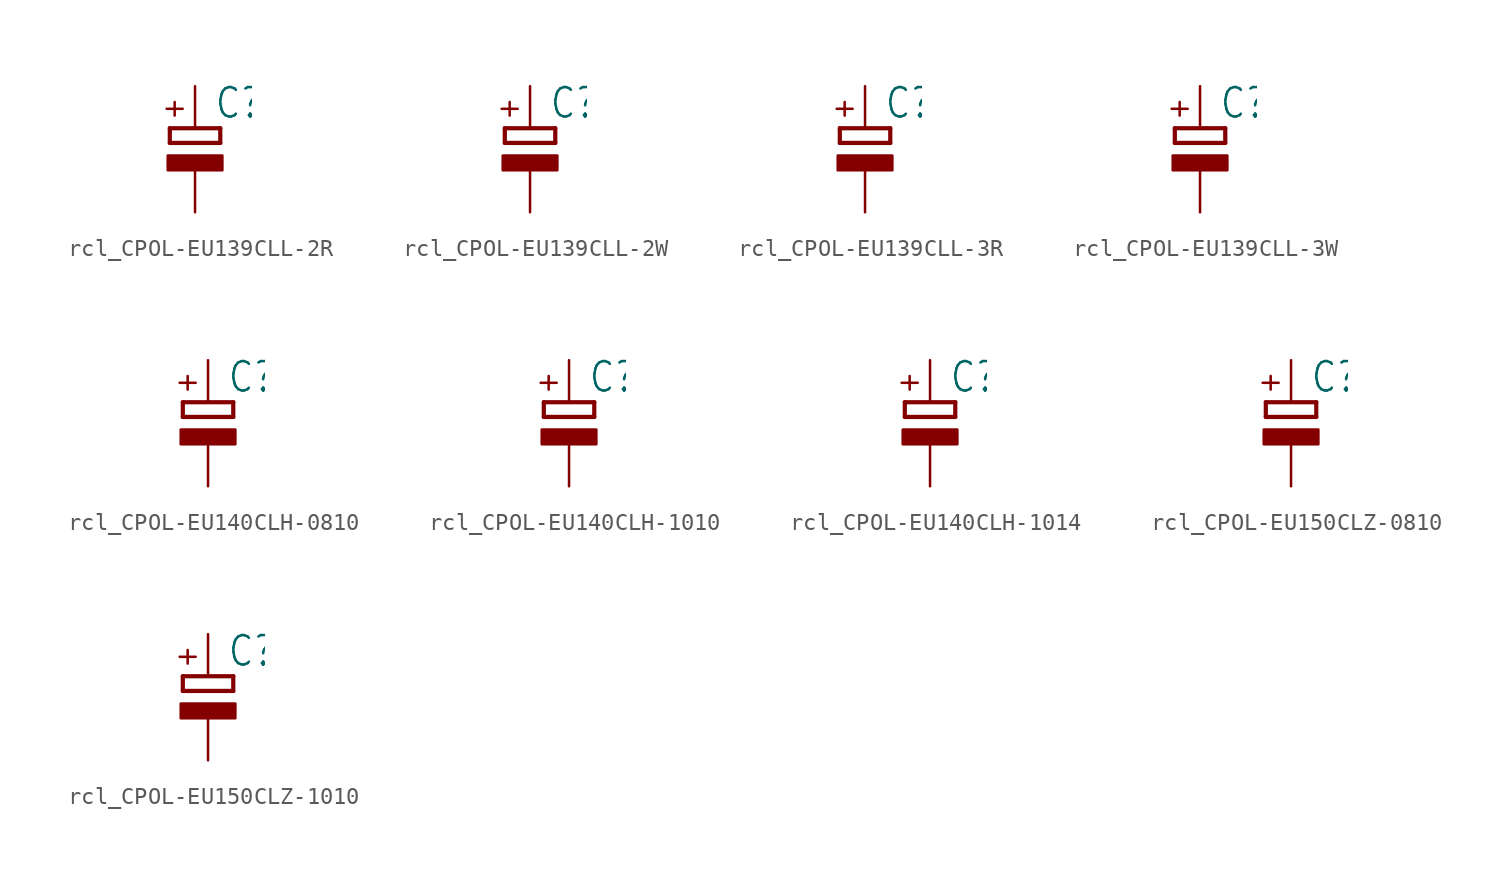
<source format=kicad_sym>
(kicad_symbol_lib
  (version 20241209)
  (generator "kicad_symbol_editor")
  (generator_version "9.0")
  (symbol "rcl_CPOL-EU139CLL-2R"
    (property "Reference" "C"
      (at 1.143 0.483 0)
      (effects (font (size 1.778 1.511)) (justify left bottom)))
    (property "Value" ""
      (at 1.143 -4.597 0)
      (effects (font (size 1.778 1.511)) (justify left bottom)))
    (property "ki_locked" ""
      (at 0 0 0)
      (effects (font (size 1.27 1.27))))
    (symbol "rcl_CPOL-EU139CLL-2R_1_0"
      (rectangle (start -1.651 -2.54) (end 1.651 -1.651) (stroke (width 0) (type default)) (fill (type outline)))
      (polyline (pts (xy -1.524 0) (xy -1.524 -0.889)) (stroke (width 0.254) (type solid)) (fill (type none)))
      (polyline (pts (xy -1.524 0) (xy 1.524 0)) (stroke (width 0.254) (type solid)) (fill (type none)))
      (polyline (pts (xy -1.524 -0.889) (xy 1.524 -0.889)) (stroke (width 0.254) (type solid)) (fill (type none)))
      (polyline (pts (xy 1.524 -0.889) (xy 1.524 0)) (stroke (width 0.254) (type solid)) (fill (type none)))
      (text "+" (at -0.584 0.406 900) (effects (font (size 1.27 1.079)) (justify left bottom)))
      (pin passive line (at 0 2.54 270) (length 2.54) (name "+" (effects (font (size 0 0)))) (number "+" (effects (font (size 0 0)))))
      (pin passive line (at 0 -5.08 90) (length 2.54) (name "-" (effects (font (size 0 0)))) (number "-" (effects (font (size 0 0)))))))
  (symbol "rcl_CPOL-EU139CLL-2W"
    (property "Reference" "C"
      (at 1.143 0.483 0)
      (effects (font (size 1.778 1.511)) (justify left bottom)))
    (property "Value" ""
      (at 1.143 -4.597 0)
      (effects (font (size 1.778 1.511)) (justify left bottom)))
    (property "ki_locked" ""
      (at 0 0 0)
      (effects (font (size 1.27 1.27))))
    (symbol "rcl_CPOL-EU139CLL-2W_1_0"
      (rectangle (start -1.651 -2.54) (end 1.651 -1.651) (stroke (width 0) (type default)) (fill (type outline)))
      (polyline (pts (xy -1.524 0) (xy -1.524 -0.889)) (stroke (width 0.254) (type solid)) (fill (type none)))
      (polyline (pts (xy -1.524 0) (xy 1.524 0)) (stroke (width 0.254) (type solid)) (fill (type none)))
      (polyline (pts (xy -1.524 -0.889) (xy 1.524 -0.889)) (stroke (width 0.254) (type solid)) (fill (type none)))
      (polyline (pts (xy 1.524 -0.889) (xy 1.524 0)) (stroke (width 0.254) (type solid)) (fill (type none)))
      (text "+" (at -0.584 0.406 900) (effects (font (size 1.27 1.079)) (justify left bottom)))
      (pin passive line (at 0 2.54 270) (length 2.54) (name "+" (effects (font (size 0 0)))) (number "+" (effects (font (size 0 0)))))
      (pin passive line (at 0 -5.08 90) (length 2.54) (name "-" (effects (font (size 0 0)))) (number "-" (effects (font (size 0 0)))))))
  (symbol "rcl_CPOL-EU139CLL-3R"
    (property "Reference" "C"
      (at 1.143 0.483 0)
      (effects (font (size 1.778 1.511)) (justify left bottom)))
    (property "Value" ""
      (at 1.143 -4.597 0)
      (effects (font (size 1.778 1.511)) (justify left bottom)))
    (property "ki_locked" ""
      (at 0 0 0)
      (effects (font (size 1.27 1.27))))
    (symbol "rcl_CPOL-EU139CLL-3R_1_0"
      (rectangle (start -1.651 -2.54) (end 1.651 -1.651) (stroke (width 0) (type default)) (fill (type outline)))
      (polyline (pts (xy -1.524 0) (xy -1.524 -0.889)) (stroke (width 0.254) (type solid)) (fill (type none)))
      (polyline (pts (xy -1.524 0) (xy 1.524 0)) (stroke (width 0.254) (type solid)) (fill (type none)))
      (polyline (pts (xy -1.524 -0.889) (xy 1.524 -0.889)) (stroke (width 0.254) (type solid)) (fill (type none)))
      (polyline (pts (xy 1.524 -0.889) (xy 1.524 0)) (stroke (width 0.254) (type solid)) (fill (type none)))
      (text "+" (at -0.584 0.406 900) (effects (font (size 1.27 1.079)) (justify left bottom)))
      (pin passive line (at 0 2.54 270) (length 2.54) (name "+" (effects (font (size 0 0)))) (number "+" (effects (font (size 0 0)))))
      (pin passive line (at 0 -5.08 90) (length 2.54) (name "-" (effects (font (size 0 0)))) (number "-" (effects (font (size 0 0)))))))
  (symbol "rcl_CPOL-EU139CLL-3W"
    (property "Reference" "C"
      (at 1.143 0.483 0)
      (effects (font (size 1.778 1.511)) (justify left bottom)))
    (property "Value" ""
      (at 1.143 -4.597 0)
      (effects (font (size 1.778 1.511)) (justify left bottom)))
    (property "ki_locked" ""
      (at 0 0 0)
      (effects (font (size 1.27 1.27))))
    (symbol "rcl_CPOL-EU139CLL-3W_1_0"
      (rectangle (start -1.651 -2.54) (end 1.651 -1.651) (stroke (width 0) (type default)) (fill (type outline)))
      (polyline (pts (xy -1.524 0) (xy -1.524 -0.889)) (stroke (width 0.254) (type solid)) (fill (type none)))
      (polyline (pts (xy -1.524 0) (xy 1.524 0)) (stroke (width 0.254) (type solid)) (fill (type none)))
      (polyline (pts (xy -1.524 -0.889) (xy 1.524 -0.889)) (stroke (width 0.254) (type solid)) (fill (type none)))
      (polyline (pts (xy 1.524 -0.889) (xy 1.524 0)) (stroke (width 0.254) (type solid)) (fill (type none)))
      (text "+" (at -0.584 0.406 900) (effects (font (size 1.27 1.079)) (justify left bottom)))
      (pin passive line (at 0 2.54 270) (length 2.54) (name "+" (effects (font (size 0 0)))) (number "+" (effects (font (size 0 0)))))
      (pin passive line (at 0 -5.08 90) (length 2.54) (name "-" (effects (font (size 0 0)))) (number "-" (effects (font (size 0 0)))))))
  (symbol "rcl_CPOL-EU140CLH-0810"
    (property "Reference" "C"
      (at 1.143 0.483 0)
      (effects (font (size 1.778 1.511)) (justify left bottom)))
    (property "Value" ""
      (at 1.143 -4.597 0)
      (effects (font (size 1.778 1.511)) (justify left bottom)))
    (property "ki_locked" ""
      (at 0 0 0)
      (effects (font (size 1.27 1.27))))
    (symbol "rcl_CPOL-EU140CLH-0810_1_0"
      (rectangle (start -1.651 -2.54) (end 1.651 -1.651) (stroke (width 0) (type default)) (fill (type outline)))
      (polyline (pts (xy -1.524 0) (xy -1.524 -0.889)) (stroke (width 0.254) (type solid)) (fill (type none)))
      (polyline (pts (xy -1.524 0) (xy 1.524 0)) (stroke (width 0.254) (type solid)) (fill (type none)))
      (polyline (pts (xy -1.524 -0.889) (xy 1.524 -0.889)) (stroke (width 0.254) (type solid)) (fill (type none)))
      (polyline (pts (xy 1.524 -0.889) (xy 1.524 0)) (stroke (width 0.254) (type solid)) (fill (type none)))
      (text "+" (at -0.584 0.406 900) (effects (font (size 1.27 1.079)) (justify left bottom)))
      (pin passive line (at 0 2.54 270) (length 2.54) (name "+" (effects (font (size 0 0)))) (number "+" (effects (font (size 0 0)))))
      (pin passive line (at 0 -5.08 90) (length 2.54) (name "-" (effects (font (size 0 0)))) (number "-" (effects (font (size 0 0)))))))
  (symbol "rcl_CPOL-EU140CLH-1010"
    (property "Reference" "C"
      (at 1.143 0.483 0)
      (effects (font (size 1.778 1.511)) (justify left bottom)))
    (property "Value" ""
      (at 1.143 -4.597 0)
      (effects (font (size 1.778 1.511)) (justify left bottom)))
    (property "ki_locked" ""
      (at 0 0 0)
      (effects (font (size 1.27 1.27))))
    (symbol "rcl_CPOL-EU140CLH-1010_1_0"
      (rectangle (start -1.651 -2.54) (end 1.651 -1.651) (stroke (width 0) (type default)) (fill (type outline)))
      (polyline (pts (xy -1.524 0) (xy -1.524 -0.889)) (stroke (width 0.254) (type solid)) (fill (type none)))
      (polyline (pts (xy -1.524 0) (xy 1.524 0)) (stroke (width 0.254) (type solid)) (fill (type none)))
      (polyline (pts (xy -1.524 -0.889) (xy 1.524 -0.889)) (stroke (width 0.254) (type solid)) (fill (type none)))
      (polyline (pts (xy 1.524 -0.889) (xy 1.524 0)) (stroke (width 0.254) (type solid)) (fill (type none)))
      (text "+" (at -0.584 0.406 900) (effects (font (size 1.27 1.079)) (justify left bottom)))
      (pin passive line (at 0 2.54 270) (length 2.54) (name "+" (effects (font (size 0 0)))) (number "+" (effects (font (size 0 0)))))
      (pin passive line (at 0 -5.08 90) (length 2.54) (name "-" (effects (font (size 0 0)))) (number "-" (effects (font (size 0 0)))))))
  (symbol "rcl_CPOL-EU140CLH-1014"
    (property "Reference" "C"
      (at 1.143 0.483 0)
      (effects (font (size 1.778 1.511)) (justify left bottom)))
    (property "Value" ""
      (at 1.143 -4.597 0)
      (effects (font (size 1.778 1.511)) (justify left bottom)))
    (property "ki_locked" ""
      (at 0 0 0)
      (effects (font (size 1.27 1.27))))
    (symbol "rcl_CPOL-EU140CLH-1014_1_0"
      (rectangle (start -1.651 -2.54) (end 1.651 -1.651) (stroke (width 0) (type default)) (fill (type outline)))
      (polyline (pts (xy -1.524 0) (xy -1.524 -0.889)) (stroke (width 0.254) (type solid)) (fill (type none)))
      (polyline (pts (xy -1.524 0) (xy 1.524 0)) (stroke (width 0.254) (type solid)) (fill (type none)))
      (polyline (pts (xy -1.524 -0.889) (xy 1.524 -0.889)) (stroke (width 0.254) (type solid)) (fill (type none)))
      (polyline (pts (xy 1.524 -0.889) (xy 1.524 0)) (stroke (width 0.254) (type solid)) (fill (type none)))
      (text "+" (at -0.584 0.406 900) (effects (font (size 1.27 1.079)) (justify left bottom)))
      (pin passive line (at 0 2.54 270) (length 2.54) (name "+" (effects (font (size 0 0)))) (number "+" (effects (font (size 0 0)))))
      (pin passive line (at 0 -5.08 90) (length 2.54) (name "-" (effects (font (size 0 0)))) (number "-" (effects (font (size 0 0)))))))
  (symbol "rcl_CPOL-EU150CLZ-0810"
    (property "Reference" "C"
      (at 1.143 0.483 0)
      (effects (font (size 1.778 1.511)) (justify left bottom)))
    (property "Value" ""
      (at 1.143 -4.597 0)
      (effects (font (size 1.778 1.511)) (justify left bottom)))
    (property "ki_locked" ""
      (at 0 0 0)
      (effects (font (size 1.27 1.27))))
    (symbol "rcl_CPOL-EU150CLZ-0810_1_0"
      (rectangle (start -1.651 -2.54) (end 1.651 -1.651) (stroke (width 0) (type default)) (fill (type outline)))
      (polyline (pts (xy -1.524 0) (xy -1.524 -0.889)) (stroke (width 0.254) (type solid)) (fill (type none)))
      (polyline (pts (xy -1.524 0) (xy 1.524 0)) (stroke (width 0.254) (type solid)) (fill (type none)))
      (polyline (pts (xy -1.524 -0.889) (xy 1.524 -0.889)) (stroke (width 0.254) (type solid)) (fill (type none)))
      (polyline (pts (xy 1.524 -0.889) (xy 1.524 0)) (stroke (width 0.254) (type solid)) (fill (type none)))
      (text "+" (at -0.584 0.406 900) (effects (font (size 1.27 1.079)) (justify left bottom)))
      (pin passive line (at 0 2.54 270) (length 2.54) (name "+" (effects (font (size 0 0)))) (number "+" (effects (font (size 0 0)))))
      (pin passive line (at 0 -5.08 90) (length 2.54) (name "-" (effects (font (size 0 0)))) (number "-" (effects (font (size 0 0)))))))
  (symbol "rcl_CPOL-EU150CLZ-1010"
    (property "Reference" "C"
      (at 1.143 0.483 0)
      (effects (font (size 1.778 1.511)) (justify left bottom)))
    (property "Value" ""
      (at 1.143 -4.597 0)
      (effects (font (size 1.778 1.511)) (justify left bottom)))
    (property "ki_locked" ""
      (at 0 0 0)
      (effects (font (size 1.27 1.27))))
    (symbol "rcl_CPOL-EU150CLZ-1010_1_0"
      (rectangle (start -1.651 -2.54) (end 1.651 -1.651) (stroke (width 0) (type default)) (fill (type outline)))
      (polyline (pts (xy -1.524 0) (xy -1.524 -0.889)) (stroke (width 0.254) (type solid)) (fill (type none)))
      (polyline (pts (xy -1.524 0) (xy 1.524 0)) (stroke (width 0.254) (type solid)) (fill (type none)))
      (polyline (pts (xy -1.524 -0.889) (xy 1.524 -0.889)) (stroke (width 0.254) (type solid)) (fill (type none)))
      (polyline (pts (xy 1.524 -0.889) (xy 1.524 0)) (stroke (width 0.254) (type solid)) (fill (type none)))
      (text "+" (at -0.584 0.406 900) (effects (font (size 1.27 1.079)) (justify left bottom)))
      (pin passive line (at 0 2.54 270) (length 2.54) (name "+" (effects (font (size 0 0)))) (number "+" (effects (font (size 0 0)))))
      (pin passive line (at 0 -5.08 90) (length 2.54) (name "-" (effects (font (size 0 0)))) (number "-" (effects (font (size 0 0))))))))
</source>
